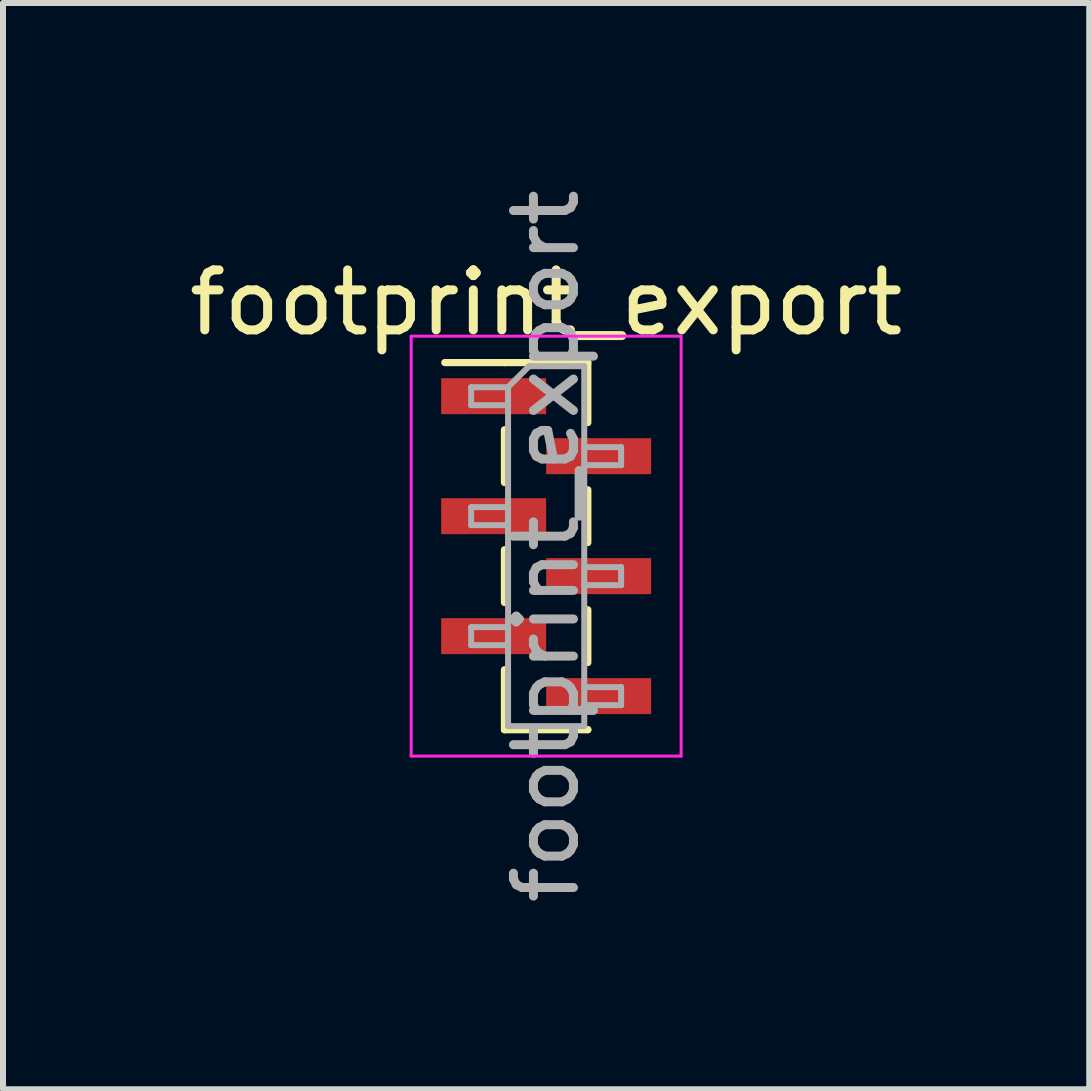
<source format=kicad_pcb>
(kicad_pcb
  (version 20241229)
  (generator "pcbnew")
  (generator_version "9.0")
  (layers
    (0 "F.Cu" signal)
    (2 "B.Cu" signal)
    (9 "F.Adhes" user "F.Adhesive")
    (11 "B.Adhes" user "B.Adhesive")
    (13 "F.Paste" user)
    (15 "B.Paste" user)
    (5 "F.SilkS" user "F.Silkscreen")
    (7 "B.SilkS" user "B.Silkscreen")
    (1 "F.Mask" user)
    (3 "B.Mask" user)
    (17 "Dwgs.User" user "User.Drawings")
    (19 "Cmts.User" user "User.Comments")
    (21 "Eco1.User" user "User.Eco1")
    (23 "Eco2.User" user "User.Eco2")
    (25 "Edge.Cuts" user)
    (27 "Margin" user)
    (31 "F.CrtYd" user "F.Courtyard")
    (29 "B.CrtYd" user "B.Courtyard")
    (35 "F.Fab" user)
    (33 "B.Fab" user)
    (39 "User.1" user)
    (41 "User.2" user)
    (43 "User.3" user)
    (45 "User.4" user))
  (footprint "footprint_export"
    (layer "F.Cu")
    (at 6.054 6.054)
    (property "Reference" "footprint_export" (at 0 -4.06 0) (layer "F.SilkS") (effects (font (size 1 1) (thickness 0.15))))
    (attr smd)
    (fp_line (start -0.695 -3.06) (end -1.69 -3.06) (stroke (width 0.12) (type solid)) (layer "F.SilkS"))
    (fp_line (start -0.695 -3.06) (end -0.695 -3.06) (stroke (width 0.12) (type solid)) (layer "F.SilkS"))
    (fp_line (start -0.695 -3.06) (end 0.695 -3.06) (stroke (width 0.12) (type solid)) (layer "F.SilkS"))
    (fp_line (start -0.695 -1.94) (end -0.695 -1.06) (stroke (width 0.12) (type solid)) (layer "F.SilkS"))
    (fp_line (start -0.695 0.06) (end -0.695 0.94) (stroke (width 0.12) (type solid)) (layer "F.SilkS"))
    (fp_line (start -0.695 2.06) (end -0.695 3.06) (stroke (width 0.12) (type solid)) (layer "F.SilkS"))
    (fp_line (start -0.695 3.06) (end 0.695 3.06) (stroke (width 0.12) (type solid)) (layer "F.SilkS"))
    (fp_line (start 0.695 -3.06) (end 0.695 -2.06) (stroke (width 0.12) (type solid)) (layer "F.SilkS"))
    (fp_line (start 0.695 -0.94) (end 0.695 -0.06) (stroke (width 0.12) (type solid)) (layer "F.SilkS"))
    (fp_line (start 0.695 1.06) (end 0.695 1.94) (stroke (width 0.12) (type solid)) (layer "F.SilkS"))
    (fp_line (start 0.695 3.06) (end 0.695 3.06) (stroke (width 0.12) (type solid)) (layer "F.SilkS"))
    (fp_line (start -2.25 -3.5) (end -2.25 3.5) (stroke (width 0.05) (type solid)) (layer "F.CrtYd"))
    (fp_line (start -2.25 3.5) (end 2.25 3.5) (stroke (width 0.05) (type solid)) (layer "F.CrtYd"))
    (fp_line (start 2.25 -3.5) (end -2.25 -3.5) (stroke (width 0.05) (type solid)) (layer "F.CrtYd"))
    (fp_line (start 2.25 3.5) (end 2.25 -3.5) (stroke (width 0.05) (type solid)) (layer "F.CrtYd"))
    (fp_line (start -1.25 -2.65) (end -1.25 -2.35) (stroke (width 0.1) (type solid)) (layer "F.Fab"))
    (fp_line (start -1.25 -2.35) (end -0.635 -2.35) (stroke (width 0.1) (type solid)) (layer "F.Fab"))
    (fp_line (start -1.25 -0.65) (end -1.25 -0.35) (stroke (width 0.1) (type solid)) (layer "F.Fab"))
    (fp_line (start -1.25 -0.35) (end -0.635 -0.35) (stroke (width 0.1) (type solid)) (layer "F.Fab"))
    (fp_line (start -1.25 1.35) (end -1.25 1.65) (stroke (width 0.1) (type solid)) (layer "F.Fab"))
    (fp_line (start -1.25 1.65) (end -0.635 1.65) (stroke (width 0.1) (type solid)) (layer "F.Fab"))
    (fp_line (start -0.635 -2.65) (end -1.25 -2.65) (stroke (width 0.1) (type solid)) (layer "F.Fab"))
    (fp_line (start -0.635 -2.65) (end -0.285 -3) (stroke (width 0.1) (type solid)) (layer "F.Fab"))
    (fp_line (start -0.635 -0.65) (end -1.25 -0.65) (stroke (width 0.1) (type solid)) (layer "F.Fab"))
    (fp_line (start -0.635 1.35) (end -1.25 1.35) (stroke (width 0.1) (type solid)) (layer "F.Fab"))
    (fp_line (start -0.635 3) (end -0.635 -2.65) (stroke (width 0.1) (type solid)) (layer "F.Fab"))
    (fp_line (start -0.285 -3) (end 0.635 -3) (stroke (width 0.1) (type solid)) (layer "F.Fab"))
    (fp_line (start 0.635 -3) (end 0.635 3) (stroke (width 0.1) (type solid)) (layer "F.Fab"))
    (fp_line (start 0.635 -1.65) (end 1.25 -1.65) (stroke (width 0.1) (type solid)) (layer "F.Fab"))
    (fp_line (start 0.635 0.35) (end 1.25 0.35) (stroke (width 0.1) (type solid)) (layer "F.Fab"))
    (fp_line (start 0.635 2.35) (end 1.25 2.35) (stroke (width 0.1) (type solid)) (layer "F.Fab"))
    (fp_line (start 0.635 3) (end -0.635 3) (stroke (width 0.1) (type solid)) (layer "F.Fab"))
    (fp_line (start 1.25 -1.65) (end 1.25 -1.35) (stroke (width 0.1) (type solid)) (layer "F.Fab"))
    (fp_line (start 1.25 -1.35) (end 0.635 -1.35) (stroke (width 0.1) (type solid)) (layer "F.Fab"))
    (fp_line (start 1.25 0.35) (end 1.25 0.65) (stroke (width 0.1) (type solid)) (layer "F.Fab"))
    (fp_line (start 1.25 0.65) (end 0.635 0.65) (stroke (width 0.1) (type solid)) (layer "F.Fab"))
    (fp_line (start 1.25 2.35) (end 1.25 2.65) (stroke (width 0.1) (type solid)) (layer "F.Fab"))
    (fp_line (start 1.25 2.65) (end 0.635 2.65) (stroke (width 0.1) (type solid)) (layer "F.Fab"))
    (fp_text user "${REFERENCE}" (at 0 0 90) (layer "F.Fab") (effects (font (size 1 1) (thickness 0.15))))
    (pad "1" smd rect (at -0.875 -2.5) (size 1.75 0.6) (layers "F.Cu" "F.Mask" "F.Paste"))
    (pad "2" smd rect (at 0.875 -1.5) (size 1.75 0.6) (layers "F.Cu" "F.Mask" "F.Paste"))
    (pad "3" smd rect (at -0.875 -0.5) (size 1.75 0.6) (layers "F.Cu" "F.Mask" "F.Paste"))
    (pad "4" smd rect (at 0.875 0.5) (size 1.75 0.6) (layers "F.Cu" "F.Mask" "F.Paste"))
    (pad "5" smd rect (at -0.875 1.5) (size 1.75 0.6) (layers "F.Cu" "F.Mask" "F.Paste"))
    (pad "6" smd rect (at 0.875 2.5) (size 1.75 0.6) (layers "F.Cu" "F.Mask" "F.Paste")))
  (gr_rect
    (start -3 -3)
    (end 15.107 15.107)
    (stroke (width 0.1) (type default))
    (fill no)
    (layer "Edge.Cuts")))
</source>
